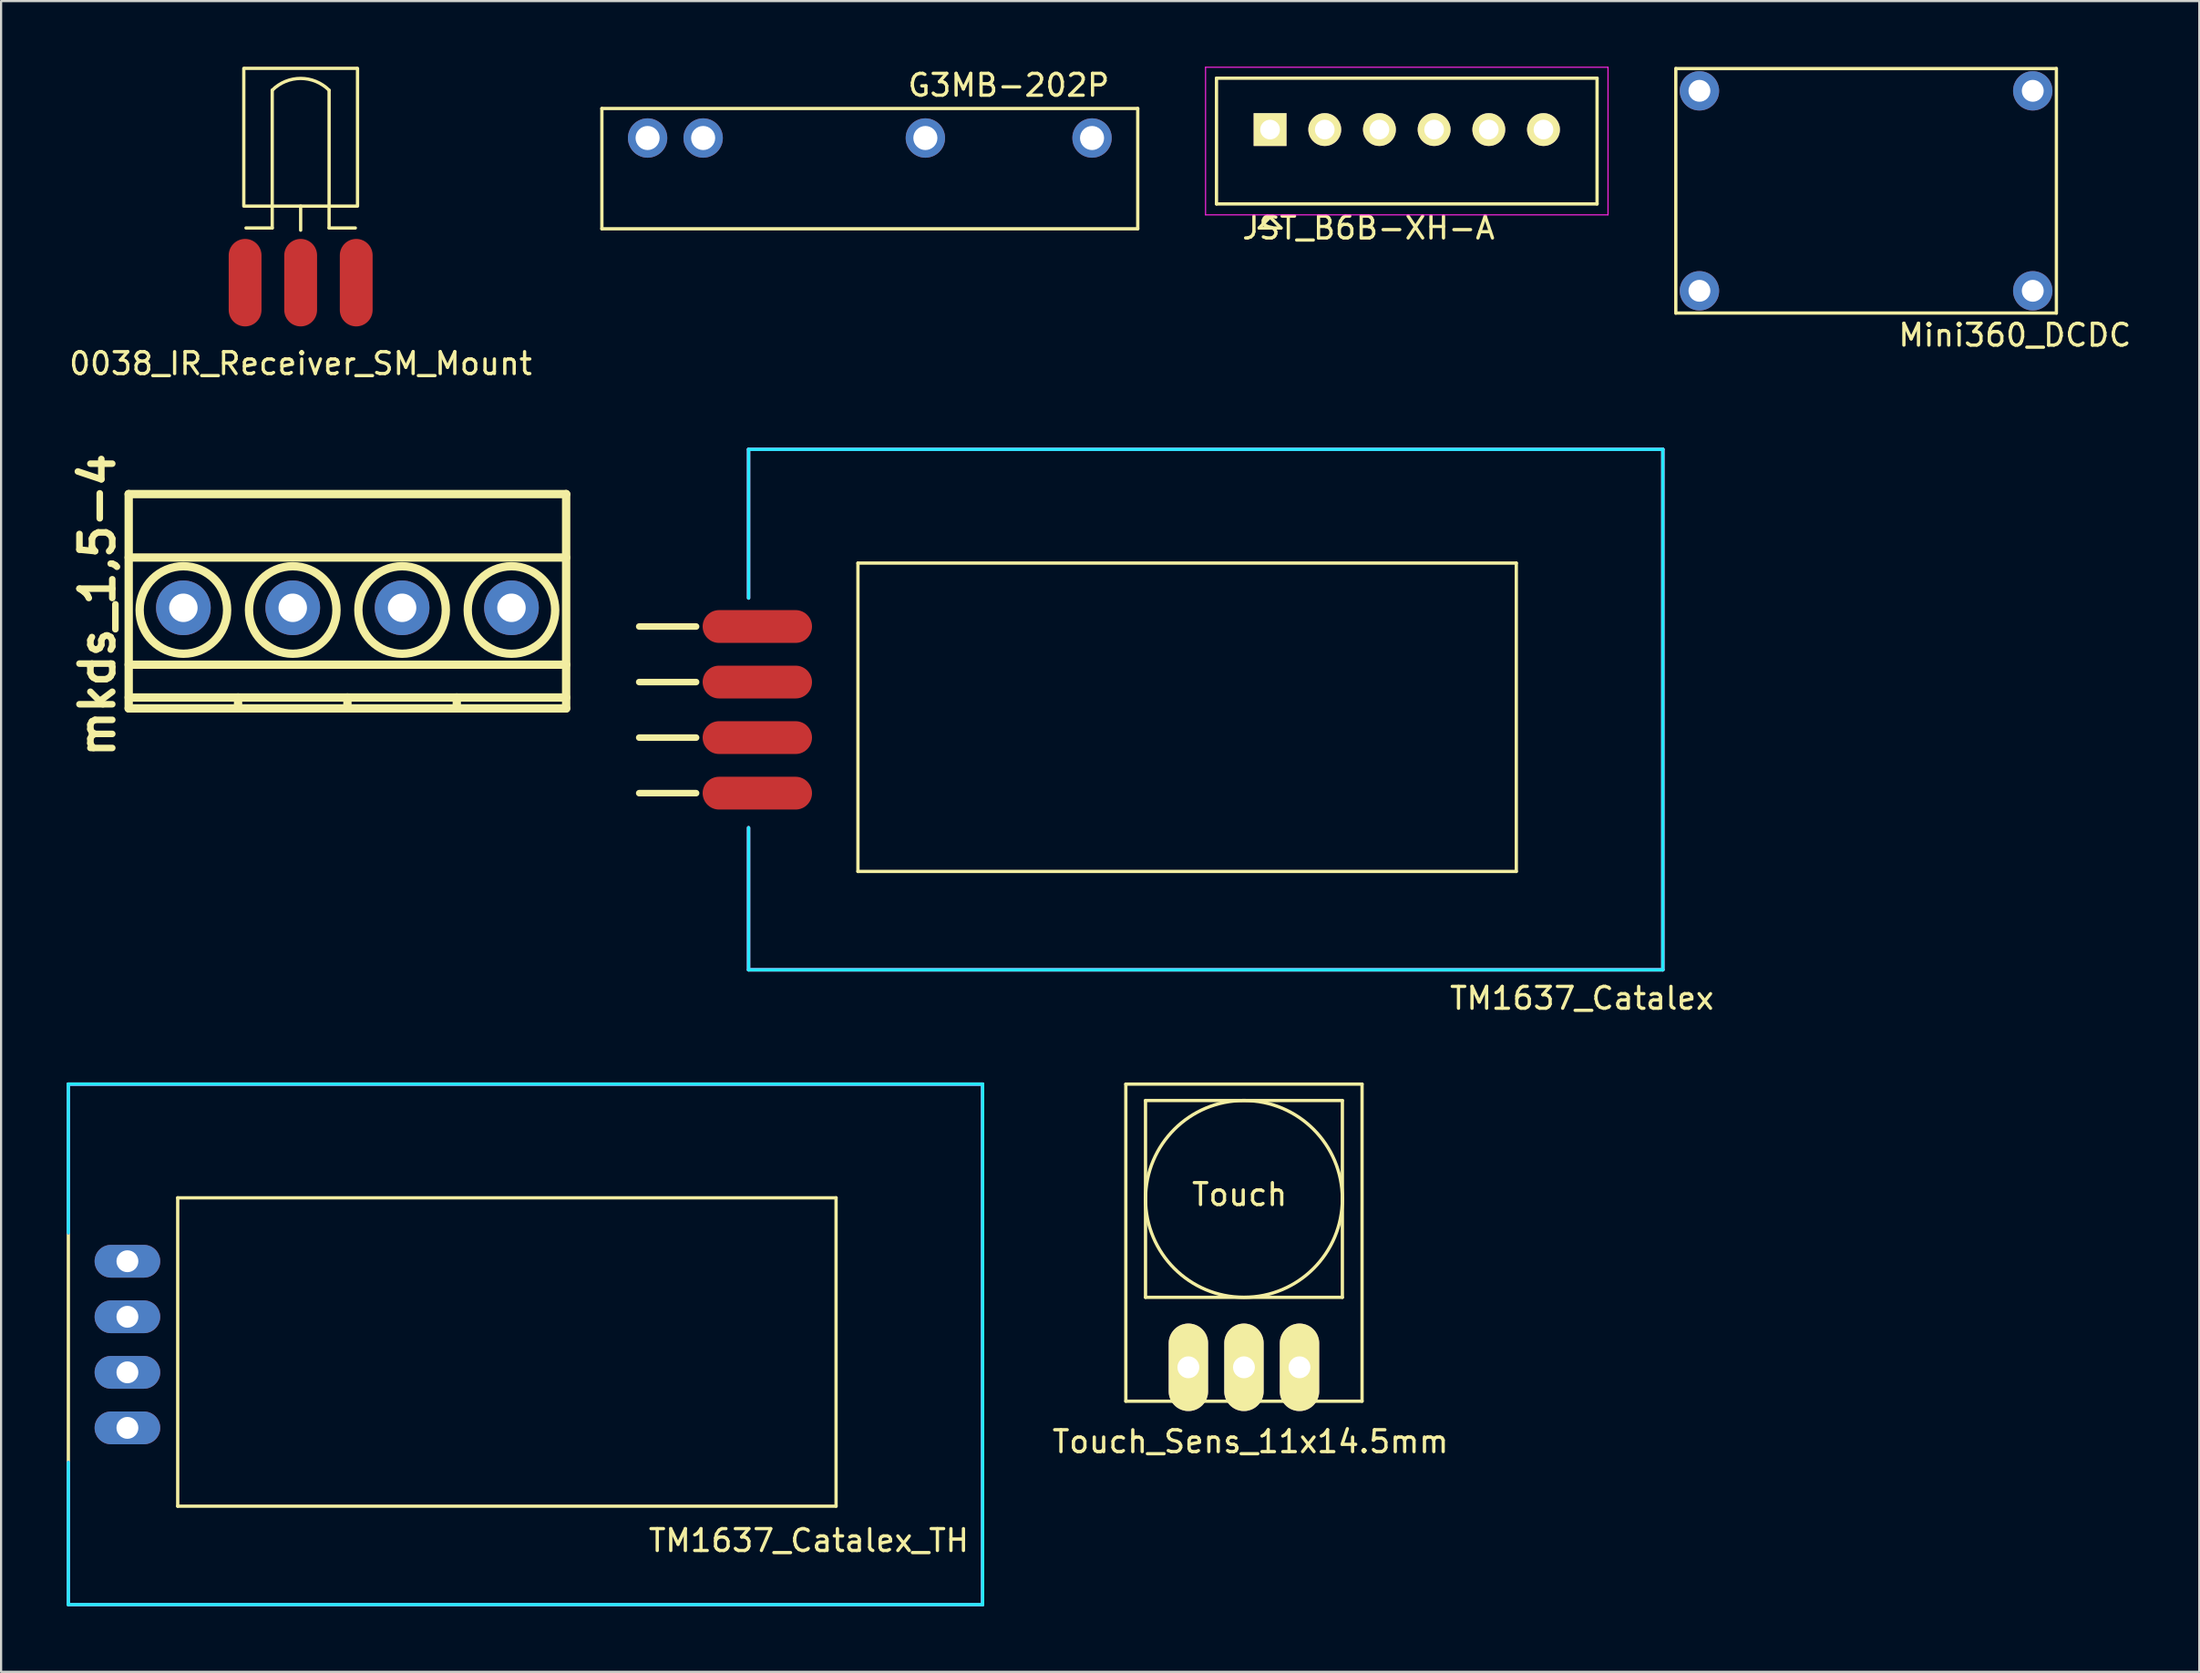
<source format=kicad_pcb>
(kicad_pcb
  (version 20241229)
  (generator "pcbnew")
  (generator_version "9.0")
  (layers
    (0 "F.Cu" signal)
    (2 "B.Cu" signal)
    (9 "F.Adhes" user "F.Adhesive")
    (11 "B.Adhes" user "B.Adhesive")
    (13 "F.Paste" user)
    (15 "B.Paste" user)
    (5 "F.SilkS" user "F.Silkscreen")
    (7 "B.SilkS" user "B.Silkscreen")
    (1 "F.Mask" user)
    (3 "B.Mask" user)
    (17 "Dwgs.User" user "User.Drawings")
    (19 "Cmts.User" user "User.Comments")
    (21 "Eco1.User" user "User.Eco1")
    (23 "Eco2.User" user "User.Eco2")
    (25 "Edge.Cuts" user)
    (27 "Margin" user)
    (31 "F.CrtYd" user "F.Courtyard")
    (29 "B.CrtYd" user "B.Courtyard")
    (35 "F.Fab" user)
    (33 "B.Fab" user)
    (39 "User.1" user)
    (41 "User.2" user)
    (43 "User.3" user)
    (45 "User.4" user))
  (footprint "TM1637_Catalex"
    (layer "F.Cu")
    (at 52.075 29.398)
    (property "Reference" "TM1637_Catalex" (at 17.2 13.2 0) (layer "F.SilkS") (effects (font (size 1 1) (thickness 0.15))))
    (attr through_hole)
    (fp_line (start -23.3 -3.8) (end -25.9 -3.8) (stroke (width 0.3) (type solid)) (layer "F.SilkS"))
    (fp_line (start -23.3 -1.26) (end -25.9 -1.26) (stroke (width 0.3) (type solid)) (layer "F.SilkS"))
    (fp_line (start -23.3 1.28) (end -25.9 1.28) (stroke (width 0.3) (type solid)) (layer "F.SilkS"))
    (fp_line (start -23.3 3.82) (end -25.9 3.82) (stroke (width 0.3) (type solid)) (layer "F.SilkS"))
    (fp_line (start -20.9 -11.9) (end -20.9 -5.1) (stroke (width 0.15) (type solid)) (layer "F.SilkS"))
    (fp_line (start -20.9 -11.9) (end 20.9 -11.9) (stroke (width 0.15) (type solid)) (layer "F.SilkS"))
    (fp_line (start -20.9 11.9) (end -20.9 5.4) (stroke (width 0.15) (type solid)) (layer "F.SilkS"))
    (fp_line (start -20.9 11.9) (end 20.9 11.9) (stroke (width 0.15) (type solid)) (layer "F.SilkS"))
    (fp_line (start -15.9 -6.7) (end 14.2 -6.7) (stroke (width 0.15) (type solid)) (layer "F.SilkS"))
    (fp_line (start -15.9 7.4) (end -15.9 -6.7) (stroke (width 0.15) (type solid)) (layer "F.SilkS"))
    (fp_line (start 14.2 -6.7) (end 14.2 7.4) (stroke (width 0.15) (type solid)) (layer "F.SilkS"))
    (fp_line (start 14.2 7.4) (end -15.9 7.4) (stroke (width 0.15) (type solid)) (layer "F.SilkS"))
    (fp_line (start 20.9 -11.9) (end 20.9 11.9) (stroke (width 0.15) (type solid)) (layer "F.SilkS"))
    (fp_line (start -20.9 -11.9) (end -20.9 -5.1) (stroke (width 0.15) (type solid)) (layer "B.CrtYd"))
    (fp_line (start -20.9 5.4) (end -20.9 11.9) (stroke (width 0.15) (type solid)) (layer "B.CrtYd"))
    (fp_line (start -20.9 11.9) (end 20.9 11.9) (stroke (width 0.15) (type solid)) (layer "B.CrtYd"))
    (fp_line (start 20.9 -11.9) (end -20.9 -11.9) (stroke (width 0.15) (type solid)) (layer "B.CrtYd"))
    (fp_line (start 20.9 11.9) (end 20.9 -11.9) (stroke (width 0.15) (type solid)) (layer "B.CrtYd"))
    (fp_line (start -20.9 -11.9) (end 20.9 -11.9) (stroke (width 0.15) (type solid)) (layer "F.CrtYd"))
    (fp_line (start -20.9 -5.1) (end -20.9 -11.9) (stroke (width 0.15) (type solid)) (layer "F.CrtYd"))
    (fp_line (start -20.9 11.9) (end -20.9 5.4) (stroke (width 0.15) (type solid)) (layer "F.CrtYd"))
    (fp_line (start 20.9 -11.9) (end 20.9 11.9) (stroke (width 0.15) (type solid)) (layer "F.CrtYd"))
    (fp_line (start 20.9 11.9) (end -20.9 11.9) (stroke (width 0.15) (type solid)) (layer "F.CrtYd"))
    (pad "1" smd oval (at -20.5 3.82) (size 5 1.5) (layers "F.Cu" "F.Mask" "F.Paste"))
    (pad "2" smd oval (at -20.5 1.28) (size 5 1.5) (layers "F.Cu" "F.Mask" "F.Paste"))
    (pad "3" smd oval (at -20.5 -1.26) (size 5 1.5) (layers "F.Cu" "F.Mask" "F.Paste"))
    (pad "4" smd oval (at -20.5 -3.8) (size 5 1.5) (layers "F.Cu" "F.Mask" "F.Paste")))
  (footprint "G3MB-202P"
    (layer "F.Cu")
    (at 36.718 3.261)
    (property "Reference" "G3MB-202P" (at 6.35 -2.413 180) (layer "F.SilkS") (effects (font (size 1 1) (thickness 0.15))))
    (attr through_hole)
    (fp_line (start -12.25 -1.35) (end -12.25 4.15) (stroke (width 0.15) (type solid)) (layer "F.SilkS"))
    (fp_line (start 12.25 -1.35) (end -12.25 -1.35) (stroke (width 0.15) (type solid)) (layer "F.SilkS"))
    (fp_line (start 12.25 -1.35) (end 12.25 4.15) (stroke (width 0.15) (type solid)) (layer "F.SilkS"))
    (fp_line (start 12.25 4.15) (end -12.25 4.15) (stroke (width 0.15) (type solid)) (layer "F.SilkS"))
    (pad "1" thru_hole circle (at 10.16 0) (size 1.8 1.8) (drill 1.1) (layers "*.Cu" "*.Mask"))
    (pad "2" thru_hole circle (at 2.54 0) (size 1.8 1.8) (drill 1.1) (layers "*.Cu" "*.Mask"))
    (pad "3" thru_hole circle (at -7.62 0) (size 1.8 1.8) (drill 1.1) (layers "*.Cu" "*.Mask"))
    (pad "4" thru_hole circle (at -10.16 0) (size 1.8 1.8) (drill 1.1) (layers "*.Cu" "*.Mask")))
  (footprint "JST_B6B-XH-A"
    (layer "F.Cu")
    (at 55.018 2.875)
    (property "Reference" "JST_B6B-XH-A" (at 4.5 4.5 0) (layer "F.SilkS") (effects (font (size 1 1) (thickness 0.15))))
    (attr through_hole)
    (fp_line (start -2.45 -2.35) (end -2.45 3.4) (stroke (width 0.15) (type solid)) (layer "F.SilkS"))
    (fp_line (start -2.45 -2.35) (end 14.95 -2.35) (stroke (width 0.15) (type solid)) (layer "F.SilkS"))
    (fp_line (start -2.45 3.4) (end 14.95 3.4) (stroke (width 0.15) (type solid)) (layer "F.SilkS"))
    (fp_line (start -0.5 4.5) (end 0.5 4.5) (stroke (width 0.15) (type solid)) (layer "F.SilkS"))
    (fp_line (start 0 4) (end -0.5 4.5) (stroke (width 0.15) (type solid)) (layer "F.SilkS"))
    (fp_line (start 0 4) (end 0.5 4.5) (stroke (width 0.15) (type solid)) (layer "F.SilkS"))
    (fp_line (start 14.95 -2.35) (end 14.95 3.4) (stroke (width 0.15) (type solid)) (layer "F.SilkS"))
    (fp_line (start -2.95 -2.85) (end -2.95 3.9) (stroke (width 0.05) (type solid)) (layer "F.CrtYd"))
    (fp_line (start -2.95 -2.85) (end 15.45 -2.85) (stroke (width 0.05) (type solid)) (layer "F.CrtYd"))
    (fp_line (start -2.95 3.9) (end 15.45 3.9) (stroke (width 0.05) (type solid)) (layer "F.CrtYd"))
    (fp_line (start 15.45 -2.85) (end 15.45 3.9) (stroke (width 0.05) (type solid)) (layer "F.CrtYd"))
    (pad "1" thru_hole rect (at 0 0) (size 1.5 1.5) (drill 0.9) (layers "*.Cu" "*.Mask" "F.SilkS"))
    (pad "2" thru_hole circle (at 2.5 0) (size 1.5 1.5) (drill 0.9) (layers "*.Cu" "*.Mask" "F.SilkS"))
    (pad "3" thru_hole circle (at 5 0) (size 1.5 1.5) (drill 0.9) (layers "*.Cu" "*.Mask" "F.SilkS"))
    (pad "4" thru_hole circle (at 7.5 0) (size 1.5 1.5) (drill 0.9) (layers "*.Cu" "*.Mask" "F.SilkS"))
    (pad "5" thru_hole circle (at 10 0) (size 1.5 1.5) (drill 0.9) (layers "*.Cu" "*.Mask" "F.SilkS"))
    (pad "6" thru_hole circle (at 12.5 0) (size 1.5 1.5) (drill 0.9) (layers "*.Cu" "*.Mask" "F.SilkS")))
  (footprint "Touch_Sens_11x14.5mm"
    (layer "F.Cu")
    (at 53.823 53.772)
    (property "Reference" "Touch_Sens_11x14.5mm" (at 0.3 9.1 0) (layer "F.SilkS") (effects (font (size 1 1) (thickness 0.15))))
    (attr through_hole)
    (fp_line (start -5.4 -7.25) (end -5.4 7.25) (stroke (width 0.15) (type solid)) (layer "F.SilkS"))
    (fp_line (start -5.4 -7.25) (end 5.4 -7.25) (stroke (width 0.15) (type solid)) (layer "F.SilkS"))
    (fp_line (start -5.4 7.25) (end 5.4 7.25) (stroke (width 0.15) (type solid)) (layer "F.SilkS"))
    (fp_line (start -4.5 -6.5) (end -4.5 2.5) (stroke (width 0.15) (type solid)) (layer "F.SilkS"))
    (fp_line (start -4.5 -6.5) (end 4.5 -6.5) (stroke (width 0.15) (type solid)) (layer "F.SilkS"))
    (fp_line (start -4.5 2.5) (end 4.5 2.5) (stroke (width 0.15) (type solid)) (layer "F.SilkS"))
    (fp_line (start 4.5 -6.5) (end 4.5 2.5) (stroke (width 0.15) (type solid)) (layer "F.SilkS"))
    (fp_line (start 5.4 -7.25) (end 5.4 7.25) (stroke (width 0.15) (type solid)) (layer "F.SilkS"))
    (fp_circle (center 0 -2) (end 0 -6.5) (stroke (width 0.15) (type solid)) (fill no) (layer "F.SilkS"))
    (fp_text user "Touch" (at -0.2 -2.2 0) (layer "F.SilkS") (effects (font (size 1 1) (thickness 0.15))))
    (pad "1" thru_hole oval (at -2.54 5.7) (size 1.8 4) (drill 1) (layers "*.Cu" "*.Mask" "F.SilkS"))
    (pad "2" thru_hole oval (at 0 5.7) (size 1.8 4) (drill 1) (layers "*.Cu" "*.Mask" "F.SilkS"))
    (pad "3" thru_hole oval (at 2.54 5.7) (size 1.8 4) (drill 1) (layers "*.Cu" "*.Mask" "F.SilkS")))
  (footprint "Mini360_DCDC"
    (layer "F.Cu")
    (at 82.268 5.675)
    (property "Reference" "Mini360_DCDC" (at 6.8 6.6 0) (layer "F.SilkS") (effects (font (size 1 1) (thickness 0.15))))
    (attr through_hole)
    (fp_line (start -8.7 -5.6) (end -8.7 5.6) (stroke (width 0.15) (type solid)) (layer "F.SilkS"))
    (fp_line (start -8.636 -5.588) (end 8.636 -5.588) (stroke (width 0.15) (type solid)) (layer "F.SilkS"))
    (fp_line (start -8.636 5.588) (end 8.636 5.588) (stroke (width 0.15) (type solid)) (layer "F.SilkS"))
    (fp_line (start 8.7 -5.6) (end 8.7 5.6) (stroke (width 0.15) (type solid)) (layer "F.SilkS"))
    (pad "1" thru_hole circle (at -7.62 4.572) (size 1.8 1.8) (drill 1) (layers "*.Cu" "*.Mask"))
    (pad "2" thru_hole circle (at -7.62 -4.572) (size 1.8 1.8) (drill 1) (layers "*.Cu" "*.Mask"))
    (pad "3" thru_hole circle (at 7.62 4.572) (size 1.8 1.8) (drill 1) (layers "*.Cu" "*.Mask"))
    (pad "4" thru_hole circle (at 7.62 -4.572) (size 1.8 1.8) (drill 1) (layers "*.Cu" "*.Mask")))
  (footprint "TM1637_Catalex_TH"
    (layer "F.Cu")
    (at 20.975 58.422)
    (property "Reference" "TM1637_Catalex_TH" (at 12.952 8.972 0) (layer "F.SilkS") (effects (font (size 1 1) (thickness 0.15))))
    (attr through_hole)
    (fp_line (start -20.9 -11.9) (end -20.9 -5.1) (stroke (width 0.15) (type solid)) (layer "F.SilkS"))
    (fp_line (start -20.9 -11.9) (end 20.9 -11.9) (stroke (width 0.15) (type solid)) (layer "F.SilkS"))
    (fp_line (start -20.9 -5.105) (end -20.9 5.359) (stroke (width 0.15) (type solid)) (layer "F.SilkS"))
    (fp_line (start -20.9 11.9) (end -20.9 5.4) (stroke (width 0.15) (type solid)) (layer "F.SilkS"))
    (fp_line (start -20.9 11.9) (end 20.9 11.9) (stroke (width 0.15) (type solid)) (layer "F.SilkS"))
    (fp_line (start -15.9 -6.7) (end 14.2 -6.7) (stroke (width 0.15) (type solid)) (layer "F.SilkS"))
    (fp_line (start -15.9 7.4) (end -15.9 -6.7) (stroke (width 0.15) (type solid)) (layer "F.SilkS"))
    (fp_line (start 14.2 -6.7) (end 14.2 7.4) (stroke (width 0.15) (type solid)) (layer "F.SilkS"))
    (fp_line (start 14.2 7.4) (end -15.9 7.4) (stroke (width 0.15) (type solid)) (layer "F.SilkS"))
    (fp_line (start 20.9 -11.9) (end 20.9 11.9) (stroke (width 0.15) (type solid)) (layer "F.SilkS"))
    (fp_line (start -20.9 -11.9) (end -20.9 -5.1) (stroke (width 0.15) (type solid)) (layer "B.CrtYd"))
    (fp_line (start -20.9 5.4) (end -20.9 11.9) (stroke (width 0.15) (type solid)) (layer "B.CrtYd"))
    (fp_line (start -20.9 11.9) (end 20.9 11.9) (stroke (width 0.15) (type solid)) (layer "B.CrtYd"))
    (fp_line (start 20.9 -11.9) (end -20.9 -11.9) (stroke (width 0.15) (type solid)) (layer "B.CrtYd"))
    (fp_line (start 20.9 11.9) (end 20.9 -11.9) (stroke (width 0.15) (type solid)) (layer "B.CrtYd"))
    (fp_line (start -20.9 -11.9) (end 20.9 -11.9) (stroke (width 0.15) (type solid)) (layer "F.CrtYd"))
    (fp_line (start -20.9 -5.1) (end -20.9 -11.9) (stroke (width 0.15) (type solid)) (layer "F.CrtYd"))
    (fp_line (start -20.9 11.9) (end -20.9 5.4) (stroke (width 0.15) (type solid)) (layer "F.CrtYd"))
    (fp_line (start 20.9 -11.9) (end 20.9 11.9) (stroke (width 0.15) (type solid)) (layer "F.CrtYd"))
    (fp_line (start 20.9 11.9) (end -20.9 11.9) (stroke (width 0.15) (type solid)) (layer "F.CrtYd"))
    (pad "1" thru_hole oval (at -18.2 3.82) (size 3 1.5) (drill 1) (layers "*.Cu" "*.Mask"))
    (pad "2" thru_hole oval (at -18.2 1.28) (size 3 1.5) (drill 1) (layers "*.Cu" "*.Mask"))
    (pad "3" thru_hole oval (at -18.2 -1.26) (size 3 1.5) (drill 1) (layers "*.Cu" "*.Mask"))
    (pad "4" thru_hole oval (at -18.2 -3.8) (size 3 1.5) (drill 1) (layers "*.Cu" "*.Mask")))
  (footprint "0038_IR_Receiver_SM_Mount"
    (layer "F.Cu")
    (at 10.696 9.875)
    (property "Reference" "0038_IR_Receiver_SM_Mount" (at 0 3.7 0) (layer "F.SilkS") (effects (font (size 1 1) (thickness 0.15))))
    (attr through_hole)
    (fp_line (start -2.6 -9.8) (end -2.6 -3.5) (stroke (width 0.15) (type solid)) (layer "F.SilkS"))
    (fp_line (start -2.55 -9.8) (end 2.55 -9.8) (stroke (width 0.15) (type solid)) (layer "F.SilkS"))
    (fp_line (start -2.55 -3.5) (end 2.55 -3.5) (stroke (width 0.15) (type solid)) (layer "F.SilkS"))
    (fp_line (start -1.3 -8.8) (end -1.3 -3.5) (stroke (width 0.15) (type solid)) (layer "F.SilkS"))
    (fp_line (start -1.3 -3.5) (end -1.3 -2.5) (stroke (width 0.15) (type solid)) (layer "F.SilkS"))
    (fp_line (start -1.3 -2.5) (end -2.5 -2.5) (stroke (width 0.15) (type solid)) (layer "F.SilkS"))
    (fp_line (start 0 -3.5) (end 0 -2.4) (stroke (width 0.15) (type solid)) (layer "F.SilkS"))
    (fp_line (start 1.3 -8.8) (end 1.3 -3.5) (stroke (width 0.15) (type solid)) (layer "F.SilkS"))
    (fp_line (start 1.3 -3.5) (end 1.3 -2.5) (stroke (width 0.15) (type solid)) (layer "F.SilkS"))
    (fp_line (start 1.3 -2.5) (end 2.5 -2.5) (stroke (width 0.15) (type solid)) (layer "F.SilkS"))
    (fp_line (start 2.6 -9.8) (end 2.6 -3.5) (stroke (width 0.15) (type solid)) (layer "F.SilkS"))
    (fp_arc (start -1.3 -8.8) (mid 0 -9.338478) (end 1.3 -8.8) (stroke (width 0.15) (type solid)) (layer "F.SilkS"))
    (pad "1" smd oval (at -2.54 0) (size 1.5 4) (layers "F.Cu" "F.Mask" "F.Paste"))
    (pad "2" smd oval (at 0 0) (size 1.5 4) (layers "F.Cu" "F.Mask" "F.Paste"))
    (pad "3" smd oval (at 2.54 0) (size 1.5 4) (layers "F.Cu" "F.Mask" "F.Paste")))
  (footprint "mkds_1,5-4"
    (layer "F.Cu")
    (at 12.834 24.743)
    (property "Reference" "mkds_1,5-4" (at -11.43 -0.127 90) (layer "F.SilkS") (effects (font (size 1.5 1.5) (thickness 0.3))))
    (attr through_hole)
    (fp_line (start -10 -5.2) (end -10 4.6) (stroke (width 0.381) (type solid)) (layer "F.SilkS"))
    (fp_line (start -10 -2.3) (end 10 -2.3) (stroke (width 0.381) (type solid)) (layer "F.SilkS"))
    (fp_line (start -10 2.6) (end 10 2.6) (stroke (width 0.381) (type solid)) (layer "F.SilkS"))
    (fp_line (start -10 4.1) (end 10 4.1) (stroke (width 0.381) (type solid)) (layer "F.SilkS"))
    (fp_line (start -10 4.6) (end 10 4.6) (stroke (width 0.381) (type solid)) (layer "F.SilkS"))
    (fp_line (start -5 4.1) (end -5 4.6) (stroke (width 0.381) (type solid)) (layer "F.SilkS"))
    (fp_line (start 0 4.1) (end 0 4.6) (stroke (width 0.381) (type solid)) (layer "F.SilkS"))
    (fp_line (start 5 4.1) (end 5 4.6) (stroke (width 0.381) (type solid)) (layer "F.SilkS"))
    (fp_line (start 10 -5.2) (end -10 -5.2) (stroke (width 0.381) (type solid)) (layer "F.SilkS"))
    (fp_line (start 10 4.6) (end 10 -5.2) (stroke (width 0.381) (type solid)) (layer "F.SilkS"))
    (fp_circle (center -7.5 0.1) (end -5.5 0.1) (stroke (width 0.381) (type solid)) (fill no) (layer "F.SilkS"))
    (fp_circle (center -2.5 0.1) (end -4.5 0.1) (stroke (width 0.381) (type solid)) (fill no) (layer "F.SilkS"))
    (fp_circle (center 2.5 0.1) (end 0.5 0.1) (stroke (width 0.381) (type solid)) (fill no) (layer "F.SilkS"))
    (fp_circle (center 7.5 0.1) (end 5.5 0.1) (stroke (width 0.381) (type solid)) (fill no) (layer "F.SilkS"))
    (pad "1" thru_hole circle (at -7.5 0) (size 2.5 2.5) (drill 1.3) (layers "*.Cu" "*.Mask"))
    (pad "2" thru_hole circle (at -2.5 0) (size 2.5 2.5) (drill 1.3) (layers "*.Cu" "*.Mask"))
    (pad "3" thru_hole circle (at 2.5 0) (size 2.5 2.5) (drill 1.3) (layers "*.Cu" "*.Mask"))
    (pad "4" thru_hole circle (at 7.5 0) (size 2.5 2.5) (drill 1.3) (layers "*.Cu" "*.Mask")))
  (gr_rect
    (start -3 -3)
    (end 97.502 73.397)
    (stroke (width 0.1) (type default))
    (fill no)
    (layer "Edge.Cuts")))
</source>
